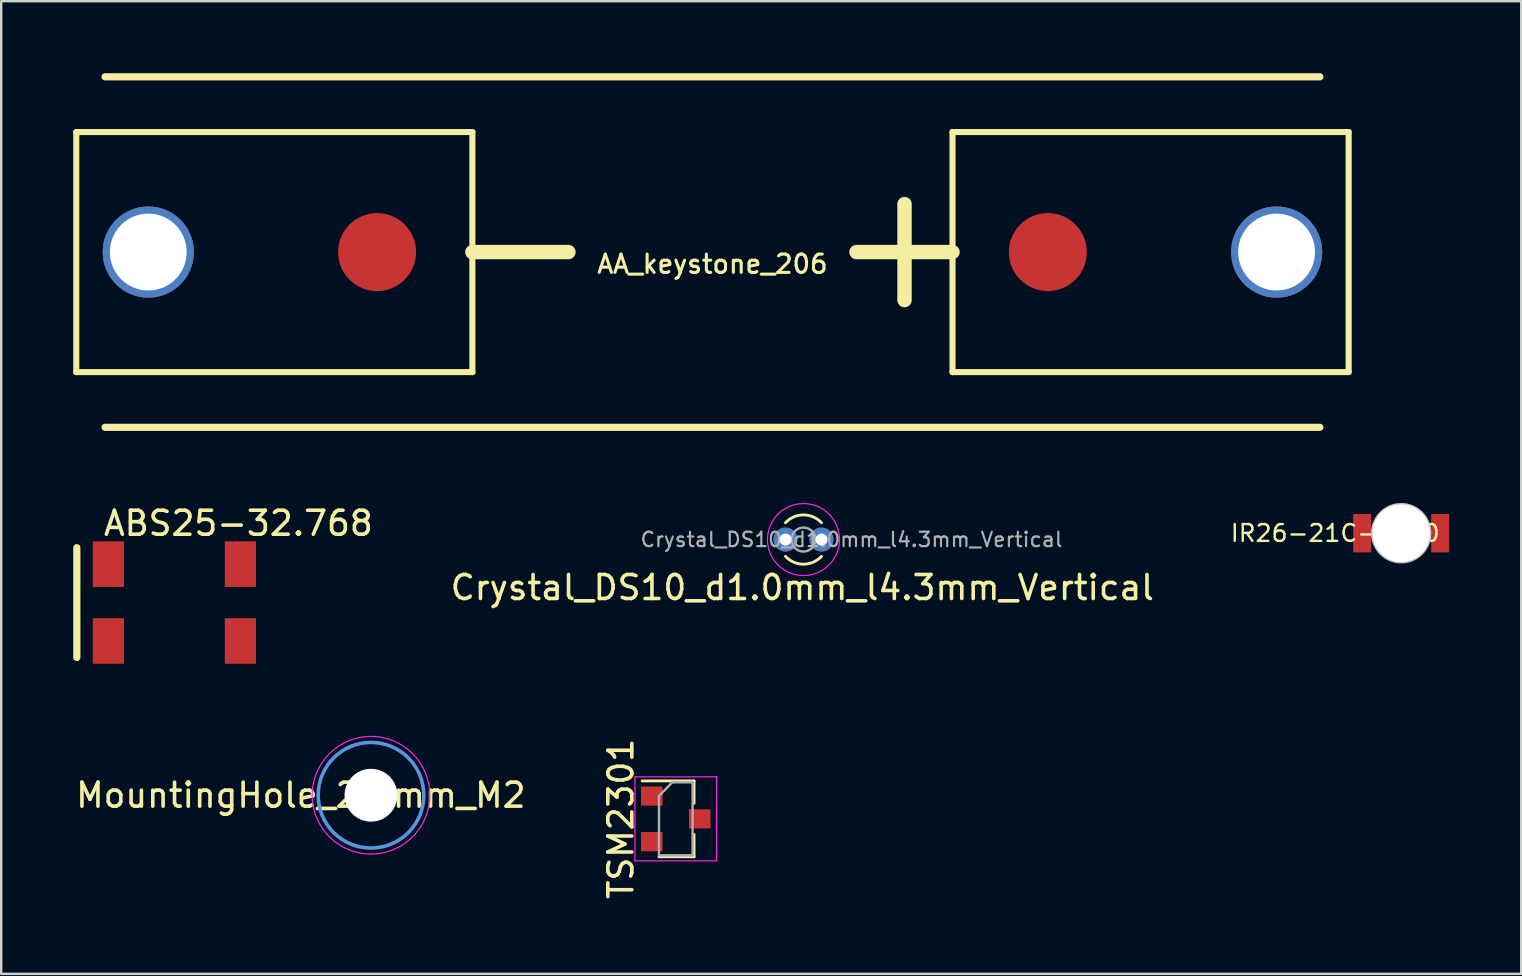
<source format=kicad_pcb>
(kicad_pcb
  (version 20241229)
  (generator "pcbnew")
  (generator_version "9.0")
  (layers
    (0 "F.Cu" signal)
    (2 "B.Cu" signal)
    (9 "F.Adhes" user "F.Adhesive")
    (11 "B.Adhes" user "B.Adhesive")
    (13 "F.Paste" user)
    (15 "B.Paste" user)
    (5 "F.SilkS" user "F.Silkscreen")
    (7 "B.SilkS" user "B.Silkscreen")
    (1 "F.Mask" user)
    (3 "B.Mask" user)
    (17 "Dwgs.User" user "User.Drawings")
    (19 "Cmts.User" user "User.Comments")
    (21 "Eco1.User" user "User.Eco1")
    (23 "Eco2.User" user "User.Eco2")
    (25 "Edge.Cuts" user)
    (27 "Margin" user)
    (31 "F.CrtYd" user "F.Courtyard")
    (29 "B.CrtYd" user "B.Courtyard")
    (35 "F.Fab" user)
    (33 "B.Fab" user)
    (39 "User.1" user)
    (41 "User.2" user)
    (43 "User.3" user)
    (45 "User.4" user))
  (footprint "TSM2301"
    (layer "F.Cu")
    (at 25.099 31.059)
    (property "Reference" "TSM2301" (at -2.286 0 90) (layer "F.SilkS") (effects (font (size 1 1) (thickness 0.15))))
    (attr smd)
    (fp_line (start 0.76 -1.58) (end -1.4 -1.58) (stroke (width 0.12) (type solid)) (layer "F.SilkS"))
    (fp_line (start 0.76 -1.58) (end 0.76 -0.65) (stroke (width 0.12) (type solid)) (layer "F.SilkS"))
    (fp_line (start 0.76 1.58) (end -0.7 1.58) (stroke (width 0.12) (type solid)) (layer "F.SilkS"))
    (fp_line (start 0.76 1.58) (end 0.76 0.65) (stroke (width 0.12) (type solid)) (layer "F.SilkS"))
    (fp_line (start -1.7 -1.75) (end 1.7 -1.75) (stroke (width 0.05) (type solid)) (layer "F.CrtYd"))
    (fp_line (start -1.7 1.75) (end -1.7 -1.75) (stroke (width 0.05) (type solid)) (layer "F.CrtYd"))
    (fp_line (start 1.7 -1.75) (end 1.7 1.75) (stroke (width 0.05) (type solid)) (layer "F.CrtYd"))
    (fp_line (start 1.7 1.75) (end -1.7 1.75) (stroke (width 0.05) (type solid)) (layer "F.CrtYd"))
    (fp_line (start -0.7 -0.95) (end -0.7 1.5) (stroke (width 0.1) (type solid)) (layer "F.Fab"))
    (fp_line (start -0.7 -0.95) (end -0.15 -1.52) (stroke (width 0.1) (type solid)) (layer "F.Fab"))
    (fp_line (start -0.7 1.52) (end 0.7 1.52) (stroke (width 0.1) (type solid)) (layer "F.Fab"))
    (fp_line (start -0.15 -1.52) (end 0.7 -1.52) (stroke (width 0.1) (type solid)) (layer "F.Fab"))
    (fp_line (start 0.7 -1.52) (end 0.7 1.52) (stroke (width 0.1) (type solid)) (layer "F.Fab"))
    (pad "1" smd rect (at 1 0) (size 0.9 0.8) (layers "F.Cu" "F.Mask" "F.Paste"))
    (pad "2" smd rect (at -1 -0.95) (size 0.9 0.8) (layers "F.Cu" "F.Mask" "F.Paste"))
    (pad "3" smd rect (at -1 0.95) (size 0.9 0.8) (layers "F.Cu" "F.Mask" "F.Paste")))
  (footprint "ABS25-32.768"
    (placed yes)
    (layer "F.Cu")
    (at 4.214 22.05)
    (property "Reference" "ABS25-32.768" (at 2.667 -3.302 0) (layer "F.SilkS") (effects (font (size 1 1) (thickness 0.15))))
    (attr through_hole)
    (fp_line (start -4.064 2.286) (end -4.064 -2.286) (stroke (width 0.3) (type solid)) (layer "F.SilkS"))
    (pad "" smd rect (at 2.75 -1.6) (size 1.3 1.9) (layers "F.Cu" "F.Mask" "F.Paste"))
    (pad "1" smd rect (at -2.75 1.6) (size 1.3 1.9) (layers "F.Cu" "F.Mask" "F.Paste"))
    (pad "2" smd rect (at -2.75 -1.6) (size 1.3 1.9) (layers "F.Cu" "F.Mask" "F.Paste"))
    (pad "3" smd rect (at 2.75 1.6) (size 1.3 1.9) (layers "F.Cu" "F.Mask" "F.Paste")))
  (footprint "Crystal_DS10_d1.0mm_l4.3mm_Vertical"
    (layer "F.Cu")
    (at 29.669 19.425)
    (property "Reference" "Crystal_DS10_d1.0mm_l4.3mm_Vertical" (at 0.7 2 0) (layer "F.SilkS") (effects (font (size 1 1) (thickness 0.15))))
    (attr through_hole)
    (fp_arc (start 0 -0.7) (mid 0.749553 -1.025914) (end 1.49939 -0.700653) (stroke (width 0.12) (type solid)) (layer "F.SilkS"))
    (fp_arc (start 1.49939 0.700653) (mid 0.749553 1.025914) (end 0 0.7) (stroke (width 0.12) (type solid)) (layer "F.SilkS"))
    (fp_circle (center 0.75 0) (end 2.25 0) (stroke (width 0.05) (type solid)) (fill no) (layer "F.CrtYd"))
    (fp_circle (center 0.75 0) (end 1.25 0) (stroke (width 0.1) (type solid)) (fill no) (layer "F.Fab"))
    (fp_text user "${REFERENCE}" (at 2.75 0 0) (layer "F.Fab") (effects (font (size 0.6 0.6) (thickness 0.09))))
    (pad "1" thru_hole circle (at 0 0) (size 1 1) (drill 0.5) (layers "*.Cu" "*.Mask"))
    (pad "2" thru_hole circle (at 1.5 0) (size 1 1) (drill 0.5) (layers "*.Cu" "*.Mask")))
  (footprint "AA_keystone_206"
    (layer "F.Cu")
    (at 26.627 7.45)
    (property "Reference" "AA_keystone_206" (at 0 0.5 0) (layer "F.SilkS") (effects (font (size 0.762 0.762) (thickness 0.127))))
    (attr through_hole)
    (fp_line (start -26.5 -5) (end -10 -5) (stroke (width 0.254) (type solid)) (layer "F.SilkS"))
    (fp_line (start -26.5 5) (end -26.5 -5) (stroke (width 0.254) (type solid)) (layer "F.SilkS"))
    (fp_line (start -25.3 -7.3) (end 25.3 -7.3) (stroke (width 0.3) (type solid)) (layer "F.SilkS"))
    (fp_line (start -10 -5) (end -10 5) (stroke (width 0.254) (type solid)) (layer "F.SilkS"))
    (fp_line (start -10 0) (end -6 0) (stroke (width 0.6) (type solid)) (layer "F.SilkS"))
    (fp_line (start -10 5) (end -26.5 5) (stroke (width 0.254) (type solid)) (layer "F.SilkS"))
    (fp_line (start 8 -2) (end 8 2) (stroke (width 0.6) (type solid)) (layer "F.SilkS"))
    (fp_line (start 10 -5) (end 26.5 -5) (stroke (width 0.254) (type solid)) (layer "F.SilkS"))
    (fp_line (start 10 0) (end 6 0) (stroke (width 0.6) (type solid)) (layer "F.SilkS"))
    (fp_line (start 10 5) (end 10 -5) (stroke (width 0.254) (type solid)) (layer "F.SilkS"))
    (fp_line (start 25.3 7.3) (end -25.3 7.3) (stroke (width 0.3) (type solid)) (layer "F.SilkS"))
    (fp_line (start 26.5 -5) (end 26.5 5) (stroke (width 0.254) (type solid)) (layer "F.SilkS"))
    (fp_line (start 26.5 5) (end 10 5) (stroke (width 0.254) (type solid)) (layer "F.SilkS"))
    (pad "1" smd circle (at 13.97 0) (size 3.25 3.25) (layers "F.Cu" "F.Mask" "F.Paste"))
    (pad "1" thru_hole circle (at 23.5 0) (size 3.8 3.8) (drill 3.2) (layers "*.Cu" "*.Mask"))
    (pad "2" thru_hole circle (at -23.5 0) (size 3.8 3.8) (drill 3.2) (layers "*.Cu" "*.Mask"))
    (pad "2" smd circle (at -13.97 0) (size 3.25 3.25) (layers "F.Cu" "F.Mask" "F.Paste")))
  (footprint "MountingHole_2.2mm_M2"
    (layer "F.Cu")
    (at 12.403 30.075)
    (property "Reference" "MountingHole_2.2mm_M2" (at -2.921 0 0) (layer "F.SilkS") (effects (font (size 1 1) (thickness 0.15))))
    (attr through_hole)
    (fp_circle (center 0 0) (end 2.2 0) (stroke (width 0.15) (type solid)) (fill no) (layer "Cmts.User"))
    (fp_circle (center 0 0) (end 2.45 0) (stroke (width 0.05) (type solid)) (fill no) (layer "F.CrtYd"))
    (pad "" np_thru_hole circle (at 0 0) (size 2.2 2.2) (drill 2.2) (layers "*.Cu" "*.Mask")))
  (footprint "IR26-21C-L110"
    (layer "F.Cu")
    (at 55.317 19.16)
    (property "Reference" "IR26-21C-L110" (at -2.75 0 180) (layer "F.SilkS") (effects (font (size 0.7 0.7) (thickness 0.1))))
    (attr through_hole)
    (fp_line (start -0.2 0) (end 0.2 0) (stroke (width 0.12) (type solid)) (layer "Dwgs.User"))
    (fp_line (start 0 -0.2) (end 0 0.2) (stroke (width 0.12) (type solid)) (layer "Dwgs.User"))
    (fp_circle (center 0 0) (end -1.2 0) (stroke (width 0.12) (type solid)) (fill no) (layer "Dwgs.User"))
    (pad "" np_thru_hole circle (at 0 0) (size 2.4 2.4) (drill 2.4) (layers "*.Cu" "*.Mask"))
    (pad "1" smd rect (at -1.625 0) (size 0.75 1.6) (layers "F.Cu" "F.Mask" "F.Paste"))
    (pad "2" smd rect (at 1.625 0) (size 0.75 1.6) (layers "F.Cu" "F.Mask" "F.Paste")))
  (gr_rect
    (start -3 -3)
    (end 60.317 37.517)
    (stroke (width 0.1) (type default))
    (fill no)
    (layer "Edge.Cuts")))
</source>
